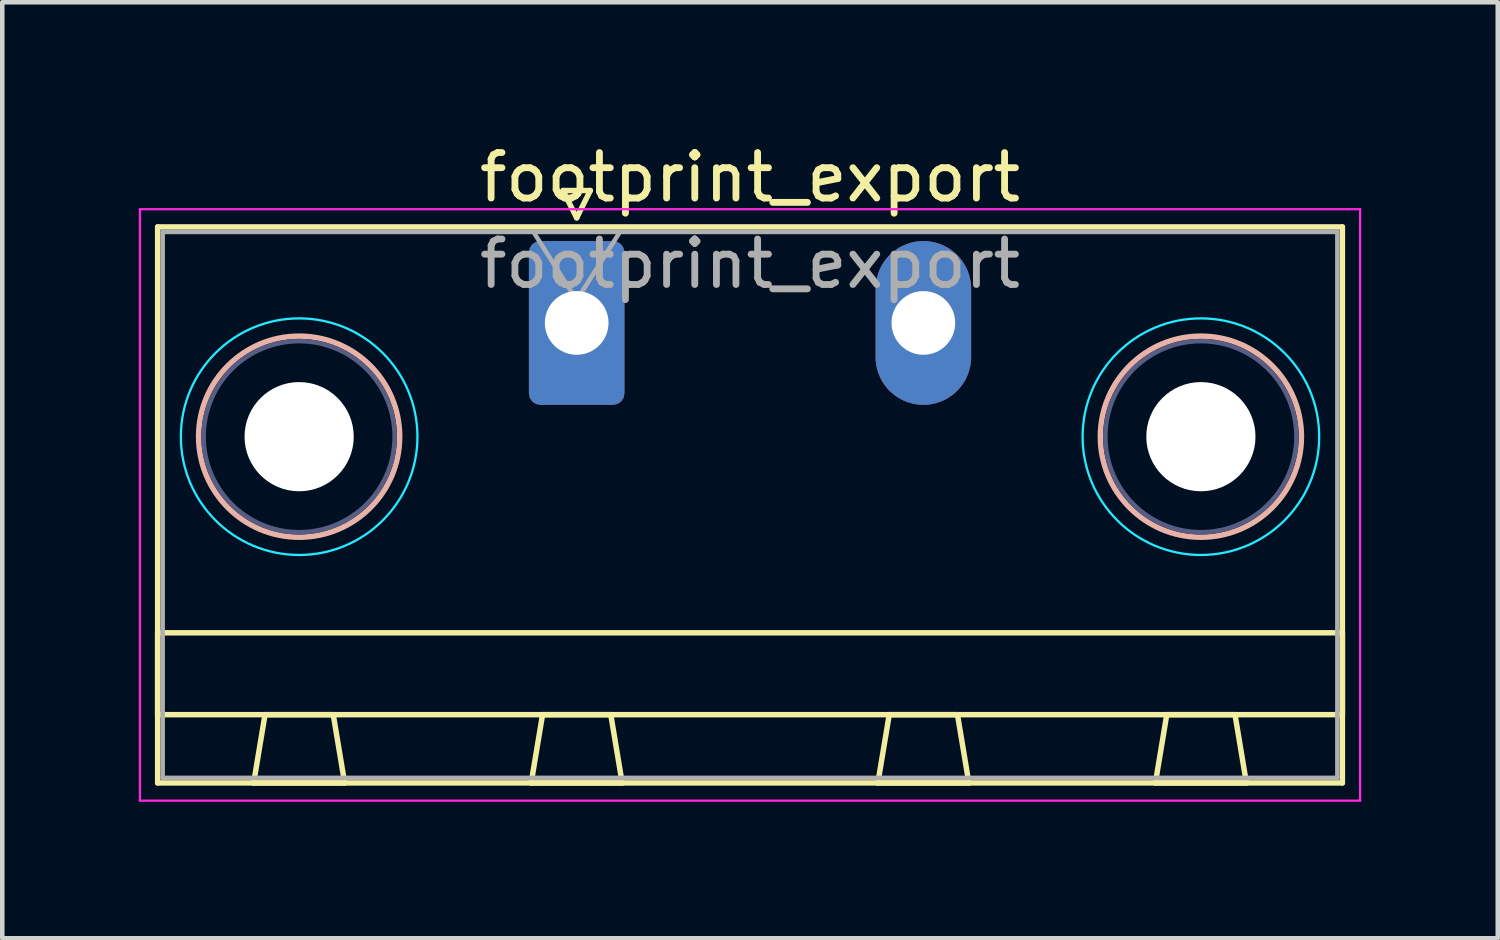
<source format=kicad_pcb>
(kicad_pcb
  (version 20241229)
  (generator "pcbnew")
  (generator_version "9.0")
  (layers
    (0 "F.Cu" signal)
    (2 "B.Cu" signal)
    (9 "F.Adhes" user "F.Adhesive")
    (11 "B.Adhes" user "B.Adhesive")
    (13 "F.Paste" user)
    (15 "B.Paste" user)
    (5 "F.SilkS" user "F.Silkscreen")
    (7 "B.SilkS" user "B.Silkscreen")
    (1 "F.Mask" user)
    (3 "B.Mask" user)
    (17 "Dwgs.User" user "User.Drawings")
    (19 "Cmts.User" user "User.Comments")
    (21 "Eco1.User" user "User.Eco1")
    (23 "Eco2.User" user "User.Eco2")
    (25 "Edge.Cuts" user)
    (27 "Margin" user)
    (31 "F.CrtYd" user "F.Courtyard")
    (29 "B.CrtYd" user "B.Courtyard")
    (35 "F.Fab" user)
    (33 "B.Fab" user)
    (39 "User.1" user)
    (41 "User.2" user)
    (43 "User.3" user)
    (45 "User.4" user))
  (footprint "footprint_export"
    (layer "F.Cu")
    (at 9.625 4.048)
    (property "Reference" "footprint_export" (at 3.81 -3.2 0) (layer "F.SilkS") (effects (font (size 1 1) (thickness 0.15))))
    (attr through_hole)
    (fp_line (start -9.21 -2.11) (end -9.21 10.11) (stroke (width 0.12) (type solid)) (layer "F.SilkS"))
    (fp_line (start -9.21 6.81) (end 16.83 6.81) (stroke (width 0.12) (type solid)) (layer "F.SilkS"))
    (fp_line (start -9.21 8.61) (end -9.21 6.81) (stroke (width 0.12) (type solid)) (layer "F.SilkS"))
    (fp_line (start -9.21 10.11) (end 16.83 10.11) (stroke (width 0.12) (type solid)) (layer "F.SilkS"))
    (fp_line (start -7.1 10.11) (end -5.1 10.11) (stroke (width 0.12) (type solid)) (layer "F.SilkS"))
    (fp_line (start -6.85 8.61) (end -7.1 10.11) (stroke (width 0.12) (type solid)) (layer "F.SilkS"))
    (fp_line (start -5.35 8.61) (end -6.85 8.61) (stroke (width 0.12) (type solid)) (layer "F.SilkS"))
    (fp_line (start -5.1 10.11) (end -5.35 8.61) (stroke (width 0.12) (type solid)) (layer "F.SilkS"))
    (fp_line (start -1 10.11) (end 1 10.11) (stroke (width 0.12) (type solid)) (layer "F.SilkS"))
    (fp_line (start -0.75 8.61) (end -1 10.11) (stroke (width 0.12) (type solid)) (layer "F.SilkS"))
    (fp_line (start -0.3 -2.91) (end 0.3 -2.91) (stroke (width 0.12) (type solid)) (layer "F.SilkS"))
    (fp_line (start 0 -2.31) (end -0.3 -2.91) (stroke (width 0.12) (type solid)) (layer "F.SilkS"))
    (fp_line (start 0.3 -2.91) (end 0 -2.31) (stroke (width 0.12) (type solid)) (layer "F.SilkS"))
    (fp_line (start 0.75 8.61) (end -0.75 8.61) (stroke (width 0.12) (type solid)) (layer "F.SilkS"))
    (fp_line (start 1 10.11) (end 0.75 8.61) (stroke (width 0.12) (type solid)) (layer "F.SilkS"))
    (fp_line (start 6.62 10.11) (end 8.62 10.11) (stroke (width 0.12) (type solid)) (layer "F.SilkS"))
    (fp_line (start 6.87 8.61) (end 6.62 10.11) (stroke (width 0.12) (type solid)) (layer "F.SilkS"))
    (fp_line (start 8.37 8.61) (end 6.87 8.61) (stroke (width 0.12) (type solid)) (layer "F.SilkS"))
    (fp_line (start 8.62 10.11) (end 8.37 8.61) (stroke (width 0.12) (type solid)) (layer "F.SilkS"))
    (fp_line (start 12.72 10.11) (end 14.72 10.11) (stroke (width 0.12) (type solid)) (layer "F.SilkS"))
    (fp_line (start 12.97 8.61) (end 12.72 10.11) (stroke (width 0.12) (type solid)) (layer "F.SilkS"))
    (fp_line (start 14.47 8.61) (end 12.97 8.61) (stroke (width 0.12) (type solid)) (layer "F.SilkS"))
    (fp_line (start 14.72 10.11) (end 14.47 8.61) (stroke (width 0.12) (type solid)) (layer "F.SilkS"))
    (fp_line (start 16.83 -2.11) (end -9.21 -2.11) (stroke (width 0.12) (type solid)) (layer "F.SilkS"))
    (fp_line (start 16.83 6.81) (end 16.83 8.61) (stroke (width 0.12) (type solid)) (layer "F.SilkS"))
    (fp_line (start 16.83 8.61) (end -9.21 8.61) (stroke (width 0.12) (type solid)) (layer "F.SilkS"))
    (fp_line (start 16.83 10.11) (end 16.83 -2.11) (stroke (width 0.12) (type solid)) (layer "F.SilkS"))
    (fp_circle (center -6.1 2.5) (end -3.89 2.5) (stroke (width 0.12) (type solid)) (fill no) (layer "B.SilkS"))
    (fp_circle (center 13.72 2.5) (end 15.93 2.5) (stroke (width 0.12) (type solid)) (fill no) (layer "B.SilkS"))
    (fp_circle (center -6.1 2.5) (end -3.5 2.5) (stroke (width 0.05) (type solid)) (fill no) (layer "B.CrtYd"))
    (fp_circle (center 13.72 2.5) (end 16.32 2.5) (stroke (width 0.05) (type solid)) (fill no) (layer "B.CrtYd"))
    (fp_line (start -9.6 -2.5) (end -9.6 10.5) (stroke (width 0.05) (type solid)) (layer "F.CrtYd"))
    (fp_line (start -9.6 10.5) (end 17.22 10.5) (stroke (width 0.05) (type solid)) (layer "F.CrtYd"))
    (fp_line (start 17.22 -2.5) (end -9.6 -2.5) (stroke (width 0.05) (type solid)) (layer "F.CrtYd"))
    (fp_line (start 17.22 10.5) (end 17.22 -2.5) (stroke (width 0.05) (type solid)) (layer "F.CrtYd"))
    (fp_circle (center -6.1 2.5) (end -4 2.5) (stroke (width 0.1) (type solid)) (fill no) (layer "B.Fab"))
    (fp_circle (center 13.72 2.5) (end 15.82 2.5) (stroke (width 0.1) (type solid)) (fill no) (layer "B.Fab"))
    (fp_line (start -9.1 -2) (end -9.1 10) (stroke (width 0.1) (type solid)) (layer "F.Fab"))
    (fp_line (start -9.1 10) (end 16.72 10) (stroke (width 0.1) (type solid)) (layer "F.Fab"))
    (fp_line (start 0 -0.5) (end -0.95 -2) (stroke (width 0.1) (type solid)) (layer "F.Fab"))
    (fp_line (start 0.95 -2) (end 0 -0.5) (stroke (width 0.1) (type solid)) (layer "F.Fab"))
    (fp_line (start 16.72 -2) (end -9.1 -2) (stroke (width 0.1) (type solid)) (layer "F.Fab"))
    (fp_line (start 16.72 10) (end 16.72 -2) (stroke (width 0.1) (type solid)) (layer "F.Fab"))
    (fp_text user "${REFERENCE}" (at 3.81 -1.3 0) (layer "F.Fab") (effects (font (size 1 1) (thickness 0.15))))
    (pad "" np_thru_hole circle (at -6.1 2.5) (size 2.4 2.4) (drill 2.4) (layers "*.Cu" "*.Mask"))
    (pad "" np_thru_hole circle (at 13.72 2.5) (size 2.4 2.4) (drill 2.4) (layers "*.Cu" "*.Mask"))
    (pad "1" thru_hole roundrect (at 0 0) (size 2.1 3.6) (drill 1.4) (layers "*.Cu" "*.Mask") (roundrect_rratio 0.119))
    (pad "2" thru_hole oval (at 7.62 0) (size 2.1 3.6) (drill 1.4) (layers "*.Cu" "*.Mask")))
  (gr_rect
    (start -3 -3)
    (end 29.87 17.573)
    (stroke (width 0.1) (type default))
    (fill no)
    (layer "Edge.Cuts")))
</source>
